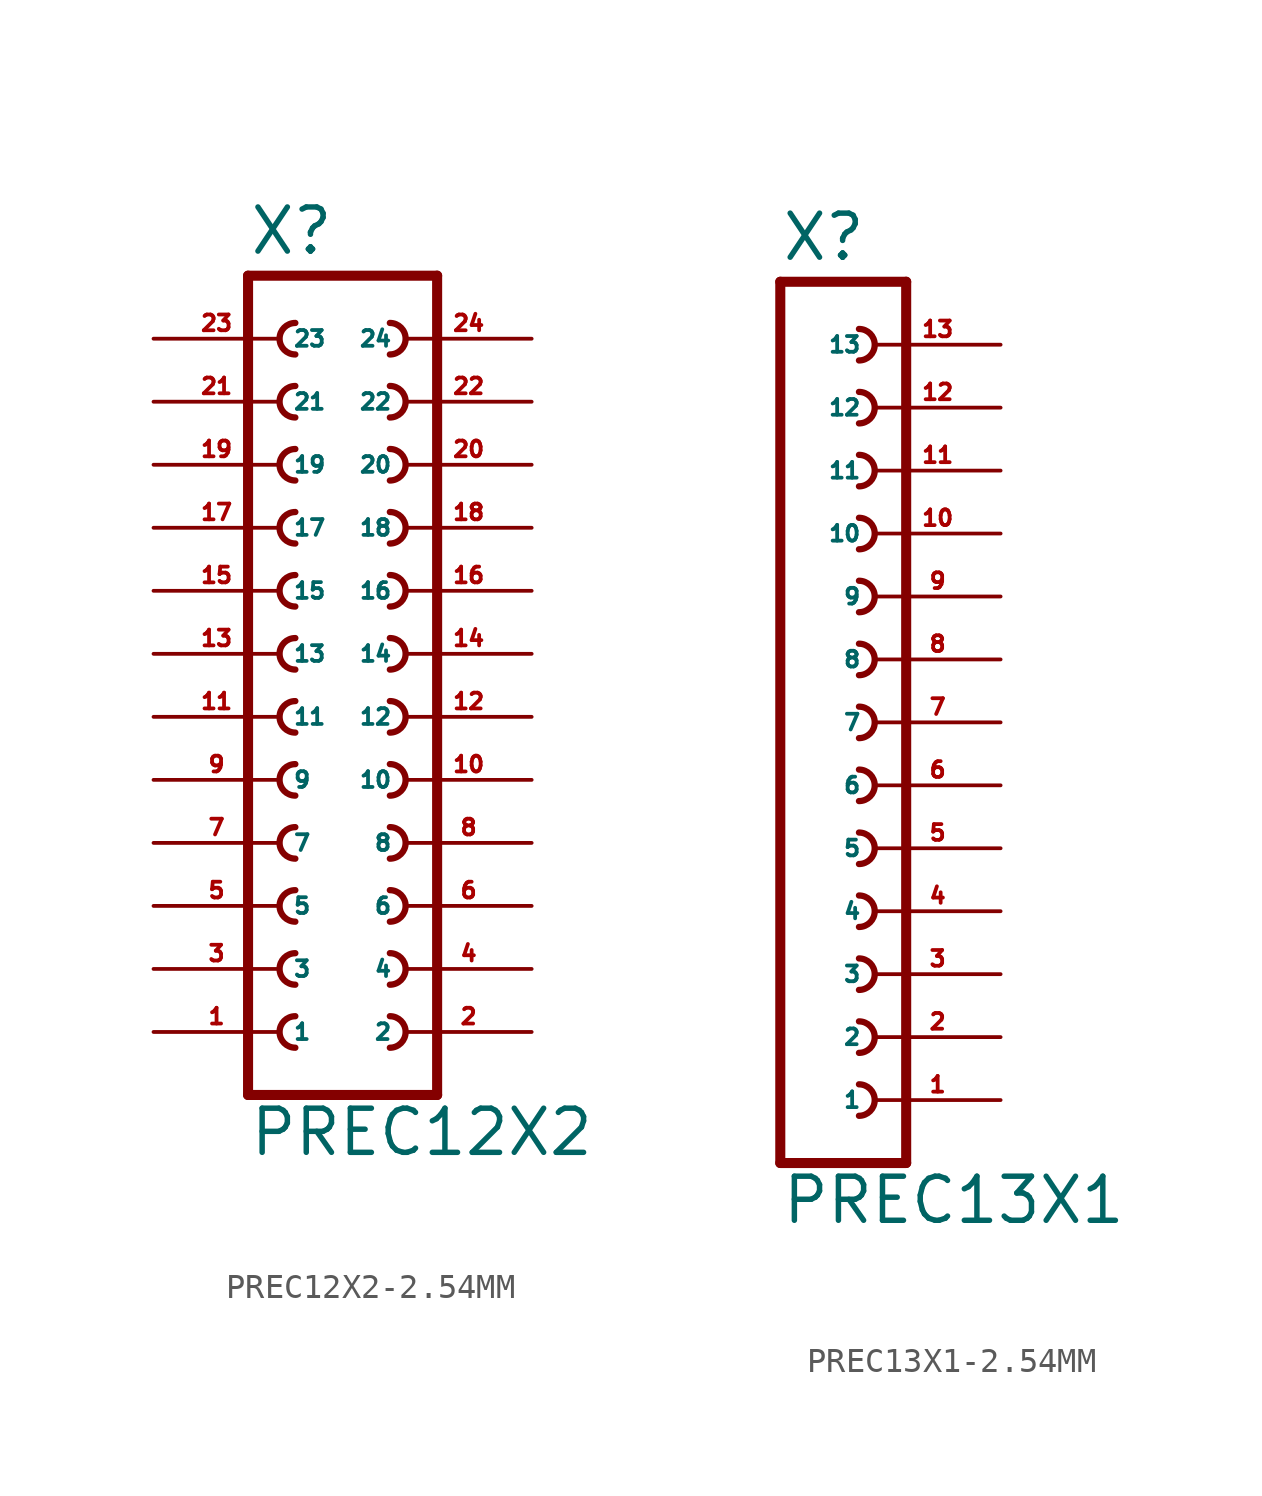
<source format=kicad_sym>
(kicad_symbol_lib
  (version 20220914)
  (generator Eagle2Kicad)
  (symbol "PREC12X2-2.54MM"
    (property "Reference" "X"
      (at -3.81 16.002 0)
      (effects (font (size 1.778 1.778) (thickness 0.22)) (justify left bottom)))
    (property "Value" "PREC12X2"
      (at -3.81 -20.32 0)
      (effects (font (size 1.778 1.778) (thickness 0.22)) (justify left bottom)))
    (polyline
      (pts (xy 3.81 -17.78) (xy -3.81 -17.78))
      (stroke (width 0.406) (type default))
      (fill (type none)))
    (arc
      (start -1.905 -9.525)
      (mid -2.540 -10.160)
      (end -1.905 -10.795)
      (stroke (width 0.254) (type default))
      (fill (type none)))
    (arc
      (start -1.905 -12.065)
      (mid -2.540 -12.700)
      (end -1.905 -13.335)
      (stroke (width 0.254) (type default))
      (fill (type none)))
    (arc
      (start -1.905 -14.605)
      (mid -2.540 -15.240)
      (end -1.905 -15.875)
      (stroke (width 0.254) (type default))
      (fill (type none)))
    (arc
      (start 1.905 -10.795)
      (mid 2.540 -10.160)
      (end 1.905 -9.525)
      (stroke (width 0.254) (type default))
      (fill (type none)))
    (arc
      (start 1.905 -13.335)
      (mid 2.540 -12.700)
      (end 1.905 -12.065)
      (stroke (width 0.254) (type default))
      (fill (type none)))
    (arc
      (start 1.905 -15.875)
      (mid 2.540 -15.240)
      (end 1.905 -14.605)
      (stroke (width 0.254) (type default))
      (fill (type none)))
    (arc
      (start -1.905 -4.445)
      (mid -2.540 -5.080)
      (end -1.905 -5.715)
      (stroke (width 0.254) (type default))
      (fill (type none)))
    (arc
      (start -1.905 -6.985)
      (mid -2.540 -7.620)
      (end -1.905 -8.255)
      (stroke (width 0.254) (type default))
      (fill (type none)))
    (arc
      (start 1.905 -5.715)
      (mid 2.540 -5.080)
      (end 1.905 -4.445)
      (stroke (width 0.254) (type default))
      (fill (type none)))
    (arc
      (start 1.905 -8.255)
      (mid 2.540 -7.620)
      (end 1.905 -6.985)
      (stroke (width 0.254) (type default))
      (fill (type none)))
    (arc
      (start -1.905 3.175)
      (mid -2.540 2.540)
      (end -1.905 1.905)
      (stroke (width 0.254) (type default))
      (fill (type none)))
    (arc
      (start -1.905 0.635)
      (mid -2.540 0.000)
      (end -1.905 -0.635)
      (stroke (width 0.254) (type default))
      (fill (type none)))
    (arc
      (start -1.905 -1.905)
      (mid -2.540 -2.540)
      (end -1.905 -3.175)
      (stroke (width 0.254) (type default))
      (fill (type none)))
    (arc
      (start 1.905 1.905)
      (mid 2.540 2.540)
      (end 1.905 3.175)
      (stroke (width 0.254) (type default))
      (fill (type none)))
    (arc
      (start 1.905 -0.635)
      (mid 2.540 0.000)
      (end 1.905 0.635)
      (stroke (width 0.254) (type default))
      (fill (type none)))
    (arc
      (start 1.905 -3.175)
      (mid 2.540 -2.540)
      (end 1.905 -1.905)
      (stroke (width 0.254) (type default))
      (fill (type none)))
    (arc
      (start -1.905 8.255)
      (mid -2.540 7.620)
      (end -1.905 6.985)
      (stroke (width 0.254) (type default))
      (fill (type none)))
    (arc
      (start -1.905 5.715)
      (mid -2.540 5.080)
      (end -1.905 4.445)
      (stroke (width 0.254) (type default))
      (fill (type none)))
    (arc
      (start 1.905 6.985)
      (mid 2.540 7.620)
      (end 1.905 8.255)
      (stroke (width 0.254) (type default))
      (fill (type none)))
    (arc
      (start 1.905 4.445)
      (mid 2.540 5.080)
      (end 1.905 5.715)
      (stroke (width 0.254) (type default))
      (fill (type none)))
    (arc
      (start -1.905 13.335)
      (mid -2.540 12.700)
      (end -1.905 12.065)
      (stroke (width 0.254) (type default))
      (fill (type none)))
    (arc
      (start -1.905 10.795)
      (mid -2.540 10.160)
      (end -1.905 9.525)
      (stroke (width 0.254) (type default))
      (fill (type none)))
    (arc
      (start 1.905 12.065)
      (mid 2.540 12.700)
      (end 1.905 13.335)
      (stroke (width 0.254) (type default))
      (fill (type none)))
    (arc
      (start 1.905 9.525)
      (mid 2.540 10.160)
      (end 1.905 10.795)
      (stroke (width 0.254) (type default))
      (fill (type none)))
    (polyline
      (pts (xy -3.81 15.24) (xy -3.81 -17.78))
      (stroke (width 0.406) (type default))
      (fill (type none)))
    (polyline
      (pts (xy 3.81 -17.78) (xy 3.81 15.24))
      (stroke (width 0.406) (type default))
      (fill (type none)))
    (polyline
      (pts (xy -3.81 15.24) (xy 3.81 15.24))
      (stroke (width 0.406) (type default))
      (fill (type none)))
    (pin passive line
      (at -7.62 -15.24 0)
      (length 5.08)
      (name "1" (effects (font (size 0.635 0.635) (thickness 0.08)) (justify left bottom)))
      (number "1" (effects (font (size 0.635 0.635) (thickness 0.08)) (justify left bottom))))
    (pin passive line
      (at -7.62 -12.7 0)
      (length 5.08)
      (name "3" (effects (font (size 0.635 0.635) (thickness 0.08)) (justify left bottom)))
      (number "3" (effects (font (size 0.635 0.635) (thickness 0.08)) (justify left bottom))))
    (pin passive line
      (at -7.62 -10.16 0)
      (length 5.08)
      (name "5" (effects (font (size 0.635 0.635) (thickness 0.08)) (justify left bottom)))
      (number "5" (effects (font (size 0.635 0.635) (thickness 0.08)) (justify left bottom))))
    (pin passive line
      (at 7.62 -15.24 180)
      (length 5.08)
      (name "2" (effects (font (size 0.635 0.635) (thickness 0.08)) (justify left bottom)))
      (number "2" (effects (font (size 0.635 0.635) (thickness 0.08)) (justify left bottom))))
    (pin passive line
      (at 7.62 -12.7 180)
      (length 5.08)
      (name "4" (effects (font (size 0.635 0.635) (thickness 0.08)) (justify left bottom)))
      (number "4" (effects (font (size 0.635 0.635) (thickness 0.08)) (justify left bottom))))
    (pin passive line
      (at 7.62 -10.16 180)
      (length 5.08)
      (name "6" (effects (font (size 0.635 0.635) (thickness 0.08)) (justify left bottom)))
      (number "6" (effects (font (size 0.635 0.635) (thickness 0.08)) (justify left bottom))))
    (pin passive line
      (at -7.62 -7.62 0)
      (length 5.08)
      (name "7" (effects (font (size 0.635 0.635) (thickness 0.08)) (justify left bottom)))
      (number "7" (effects (font (size 0.635 0.635) (thickness 0.08)) (justify left bottom))))
    (pin passive line
      (at -7.62 -5.08 0)
      (length 5.08)
      (name "9" (effects (font (size 0.635 0.635) (thickness 0.08)) (justify left bottom)))
      (number "9" (effects (font (size 0.635 0.635) (thickness 0.08)) (justify left bottom))))
    (pin passive line
      (at 7.62 -7.62 180)
      (length 5.08)
      (name "8" (effects (font (size 0.635 0.635) (thickness 0.08)) (justify left bottom)))
      (number "8" (effects (font (size 0.635 0.635) (thickness 0.08)) (justify left bottom))))
    (pin passive line
      (at 7.62 -5.08 180)
      (length 5.08)
      (name "10" (effects (font (size 0.635 0.635) (thickness 0.08)) (justify left bottom)))
      (number "10" (effects (font (size 0.635 0.635) (thickness 0.08)) (justify left bottom))))
    (pin passive line
      (at -7.62 -2.54 0)
      (length 5.08)
      (name "11" (effects (font (size 0.635 0.635) (thickness 0.08)) (justify left bottom)))
      (number "11" (effects (font (size 0.635 0.635) (thickness 0.08)) (justify left bottom))))
    (pin passive line
      (at -7.62 0 0)
      (length 5.08)
      (name "13" (effects (font (size 0.635 0.635) (thickness 0.08)) (justify left bottom)))
      (number "13" (effects (font (size 0.635 0.635) (thickness 0.08)) (justify left bottom))))
    (pin passive line
      (at -7.62 2.54 0)
      (length 5.08)
      (name "15" (effects (font (size 0.635 0.635) (thickness 0.08)) (justify left bottom)))
      (number "15" (effects (font (size 0.635 0.635) (thickness 0.08)) (justify left bottom))))
    (pin passive line
      (at 7.62 -2.54 180)
      (length 5.08)
      (name "12" (effects (font (size 0.635 0.635) (thickness 0.08)) (justify left bottom)))
      (number "12" (effects (font (size 0.635 0.635) (thickness 0.08)) (justify left bottom))))
    (pin passive line
      (at 7.62 0 180)
      (length 5.08)
      (name "14" (effects (font (size 0.635 0.635) (thickness 0.08)) (justify left bottom)))
      (number "14" (effects (font (size 0.635 0.635) (thickness 0.08)) (justify left bottom))))
    (pin passive line
      (at 7.62 2.54 180)
      (length 5.08)
      (name "16" (effects (font (size 0.635 0.635) (thickness 0.08)) (justify left bottom)))
      (number "16" (effects (font (size 0.635 0.635) (thickness 0.08)) (justify left bottom))))
    (pin passive line
      (at -7.62 5.08 0)
      (length 5.08)
      (name "17" (effects (font (size 0.635 0.635) (thickness 0.08)) (justify left bottom)))
      (number "17" (effects (font (size 0.635 0.635) (thickness 0.08)) (justify left bottom))))
    (pin passive line
      (at -7.62 7.62 0)
      (length 5.08)
      (name "19" (effects (font (size 0.635 0.635) (thickness 0.08)) (justify left bottom)))
      (number "19" (effects (font (size 0.635 0.635) (thickness 0.08)) (justify left bottom))))
    (pin passive line
      (at 7.62 5.08 180)
      (length 5.08)
      (name "18" (effects (font (size 0.635 0.635) (thickness 0.08)) (justify left bottom)))
      (number "18" (effects (font (size 0.635 0.635) (thickness 0.08)) (justify left bottom))))
    (pin passive line
      (at 7.62 7.62 180)
      (length 5.08)
      (name "20" (effects (font (size 0.635 0.635) (thickness 0.08)) (justify left bottom)))
      (number "20" (effects (font (size 0.635 0.635) (thickness 0.08)) (justify left bottom))))
    (pin passive line
      (at -7.62 10.16 0)
      (length 5.08)
      (name "21" (effects (font (size 0.635 0.635) (thickness 0.08)) (justify left bottom)))
      (number "21" (effects (font (size 0.635 0.635) (thickness 0.08)) (justify left bottom))))
    (pin passive line
      (at -7.62 12.7 0)
      (length 5.08)
      (name "23" (effects (font (size 0.635 0.635) (thickness 0.08)) (justify left bottom)))
      (number "23" (effects (font (size 0.635 0.635) (thickness 0.08)) (justify left bottom))))
    (pin passive line
      (at 7.62 10.16 180)
      (length 5.08)
      (name "22" (effects (font (size 0.635 0.635) (thickness 0.08)) (justify left bottom)))
      (number "22" (effects (font (size 0.635 0.635) (thickness 0.08)) (justify left bottom))))
    (pin passive line
      (at 7.62 12.7 180)
      (length 5.08)
      (name "24" (effects (font (size 0.635 0.635) (thickness 0.08)) (justify left bottom)))
      (number "24" (effects (font (size 0.635 0.635) (thickness 0.08)) (justify left bottom)))))
  (symbol "PREC13X1-2.54MM"
    (property "Reference" "X"
      (at -1.27 18.542 0)
      (effects (font (size 1.778 1.778) (thickness 0.22)) (justify left bottom)))
    (property "Value" "PREC13X1"
      (at -1.27 -20.32 0)
      (effects (font (size 1.778 1.778) (thickness 0.22)) (justify left bottom)))
    (polyline
      (pts (xy 3.81 -17.78) (xy -1.27 -17.78))
      (stroke (width 0.406) (type default))
      (fill (type none)))
    (arc
      (start 1.905 -10.795)
      (mid 2.540 -10.160)
      (end 1.905 -9.525)
      (stroke (width 0.254) (type default))
      (fill (type none)))
    (arc
      (start 1.905 -13.335)
      (mid 2.540 -12.700)
      (end 1.905 -12.065)
      (stroke (width 0.254) (type default))
      (fill (type none)))
    (arc
      (start 1.905 -15.875)
      (mid 2.540 -15.240)
      (end 1.905 -14.605)
      (stroke (width 0.254) (type default))
      (fill (type none)))
    (arc
      (start 1.905 -5.715)
      (mid 2.540 -5.080)
      (end 1.905 -4.445)
      (stroke (width 0.254) (type default))
      (fill (type none)))
    (arc
      (start 1.905 -8.255)
      (mid 2.540 -7.620)
      (end 1.905 -6.985)
      (stroke (width 0.254) (type default))
      (fill (type none)))
    (arc
      (start 1.905 1.905)
      (mid 2.540 2.540)
      (end 1.905 3.175)
      (stroke (width 0.254) (type default))
      (fill (type none)))
    (arc
      (start 1.905 -0.635)
      (mid 2.540 0.000)
      (end 1.905 0.635)
      (stroke (width 0.254) (type default))
      (fill (type none)))
    (arc
      (start 1.905 -3.175)
      (mid 2.540 -2.540)
      (end 1.905 -1.905)
      (stroke (width 0.254) (type default))
      (fill (type none)))
    (arc
      (start 1.905 6.985)
      (mid 2.540 7.620)
      (end 1.905 8.255)
      (stroke (width 0.254) (type default))
      (fill (type none)))
    (arc
      (start 1.905 4.445)
      (mid 2.540 5.080)
      (end 1.905 5.715)
      (stroke (width 0.254) (type default))
      (fill (type none)))
    (arc
      (start 1.905 14.605)
      (mid 2.540 15.240)
      (end 1.905 15.875)
      (stroke (width 0.254) (type default))
      (fill (type none)))
    (arc
      (start 1.905 12.065)
      (mid 2.540 12.700)
      (end 1.905 13.335)
      (stroke (width 0.254) (type default))
      (fill (type none)))
    (arc
      (start 1.905 9.525)
      (mid 2.540 10.160)
      (end 1.905 10.795)
      (stroke (width 0.254) (type default))
      (fill (type none)))
    (polyline
      (pts (xy -1.27 17.78) (xy -1.27 -17.78))
      (stroke (width 0.406) (type default))
      (fill (type none)))
    (polyline
      (pts (xy 3.81 -17.78) (xy 3.81 17.78))
      (stroke (width 0.406) (type default))
      (fill (type none)))
    (polyline
      (pts (xy -1.27 17.78) (xy 3.81 17.78))
      (stroke (width 0.406) (type default))
      (fill (type none)))
    (pin passive line
      (at 7.62 -15.24 180)
      (length 5.08)
      (name "1" (effects (font (size 0.635 0.635) (thickness 0.08)) (justify left bottom)))
      (number "1" (effects (font (size 0.635 0.635) (thickness 0.08)) (justify left bottom))))
    (pin passive line
      (at 7.62 -12.7 180)
      (length 5.08)
      (name "2" (effects (font (size 0.635 0.635) (thickness 0.08)) (justify left bottom)))
      (number "2" (effects (font (size 0.635 0.635) (thickness 0.08)) (justify left bottom))))
    (pin passive line
      (at 7.62 -10.16 180)
      (length 5.08)
      (name "3" (effects (font (size 0.635 0.635) (thickness 0.08)) (justify left bottom)))
      (number "3" (effects (font (size 0.635 0.635) (thickness 0.08)) (justify left bottom))))
    (pin passive line
      (at 7.62 -7.62 180)
      (length 5.08)
      (name "4" (effects (font (size 0.635 0.635) (thickness 0.08)) (justify left bottom)))
      (number "4" (effects (font (size 0.635 0.635) (thickness 0.08)) (justify left bottom))))
    (pin passive line
      (at 7.62 -5.08 180)
      (length 5.08)
      (name "5" (effects (font (size 0.635 0.635) (thickness 0.08)) (justify left bottom)))
      (number "5" (effects (font (size 0.635 0.635) (thickness 0.08)) (justify left bottom))))
    (pin passive line
      (at 7.62 -2.54 180)
      (length 5.08)
      (name "6" (effects (font (size 0.635 0.635) (thickness 0.08)) (justify left bottom)))
      (number "6" (effects (font (size 0.635 0.635) (thickness 0.08)) (justify left bottom))))
    (pin passive line
      (at 7.62 0 180)
      (length 5.08)
      (name "7" (effects (font (size 0.635 0.635) (thickness 0.08)) (justify left bottom)))
      (number "7" (effects (font (size 0.635 0.635) (thickness 0.08)) (justify left bottom))))
    (pin passive line
      (at 7.62 2.54 180)
      (length 5.08)
      (name "8" (effects (font (size 0.635 0.635) (thickness 0.08)) (justify left bottom)))
      (number "8" (effects (font (size 0.635 0.635) (thickness 0.08)) (justify left bottom))))
    (pin passive line
      (at 7.62 5.08 180)
      (length 5.08)
      (name "9" (effects (font (size 0.635 0.635) (thickness 0.08)) (justify left bottom)))
      (number "9" (effects (font (size 0.635 0.635) (thickness 0.08)) (justify left bottom))))
    (pin passive line
      (at 7.62 7.62 180)
      (length 5.08)
      (name "10" (effects (font (size 0.635 0.635) (thickness 0.08)) (justify left bottom)))
      (number "10" (effects (font (size 0.635 0.635) (thickness 0.08)) (justify left bottom))))
    (pin passive line
      (at 7.62 10.16 180)
      (length 5.08)
      (name "11" (effects (font (size 0.635 0.635) (thickness 0.08)) (justify left bottom)))
      (number "11" (effects (font (size 0.635 0.635) (thickness 0.08)) (justify left bottom))))
    (pin passive line
      (at 7.62 12.7 180)
      (length 5.08)
      (name "12" (effects (font (size 0.635 0.635) (thickness 0.08)) (justify left bottom)))
      (number "12" (effects (font (size 0.635 0.635) (thickness 0.08)) (justify left bottom))))
    (pin passive line
      (at 7.62 15.24 180)
      (length 5.08)
      (name "13" (effects (font (size 0.635 0.635) (thickness 0.08)) (justify left bottom)))
      (number "13" (effects (font (size 0.635 0.635) (thickness 0.08)) (justify left bottom))))))
</source>
